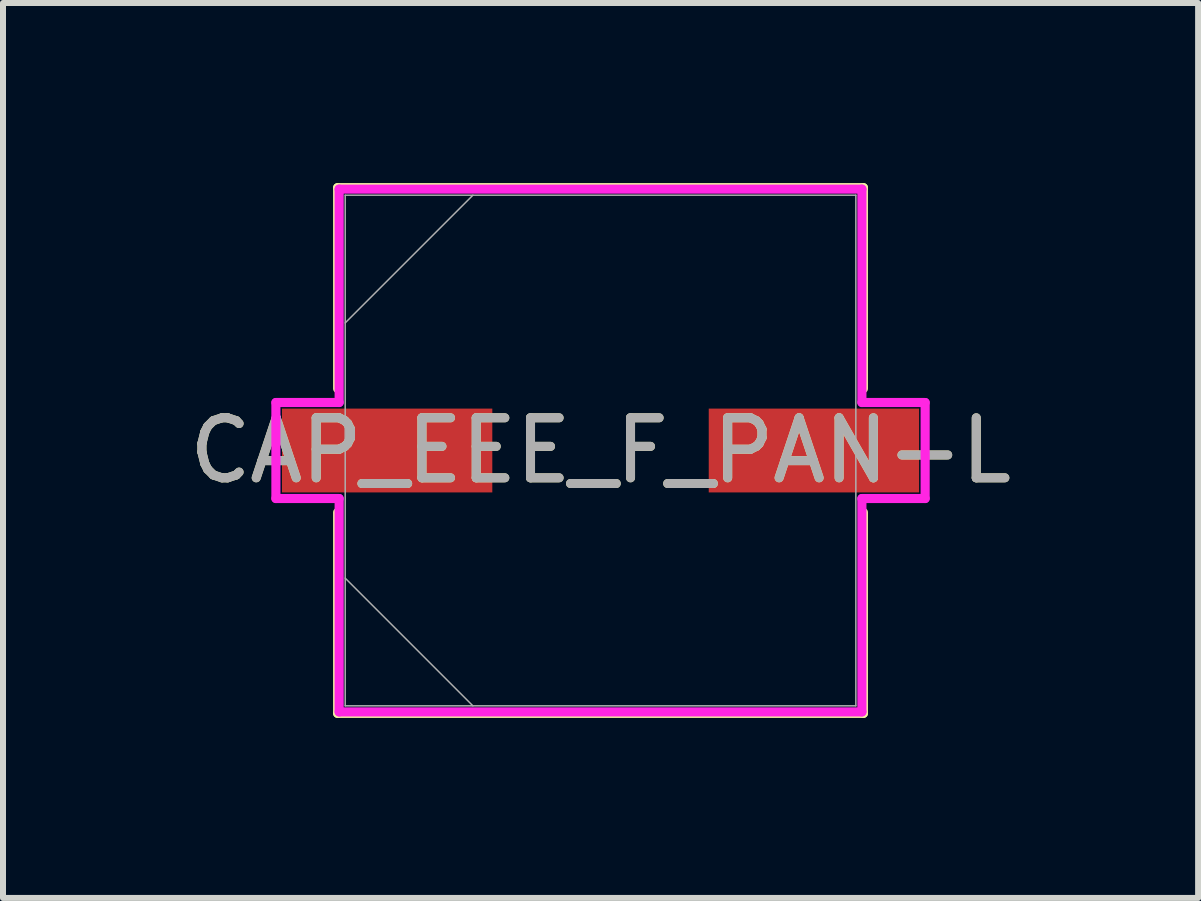
<source format=kicad_pcb>
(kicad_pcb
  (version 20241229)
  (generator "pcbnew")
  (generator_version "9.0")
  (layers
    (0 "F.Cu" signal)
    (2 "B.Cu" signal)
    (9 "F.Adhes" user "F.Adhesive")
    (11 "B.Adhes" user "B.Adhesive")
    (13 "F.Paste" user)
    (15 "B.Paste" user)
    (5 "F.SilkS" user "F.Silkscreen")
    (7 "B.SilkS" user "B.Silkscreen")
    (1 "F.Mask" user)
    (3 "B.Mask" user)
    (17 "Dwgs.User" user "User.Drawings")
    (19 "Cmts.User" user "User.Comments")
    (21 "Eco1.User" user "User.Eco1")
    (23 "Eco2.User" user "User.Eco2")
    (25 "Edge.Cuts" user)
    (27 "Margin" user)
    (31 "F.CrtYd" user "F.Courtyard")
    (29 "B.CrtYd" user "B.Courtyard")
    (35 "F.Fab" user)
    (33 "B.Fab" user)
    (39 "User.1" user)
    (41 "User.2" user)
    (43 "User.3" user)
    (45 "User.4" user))
  (footprint "CAP_EEE_F_PAN-L"
    (layer "F.Cu")
    (at 6.958 4.458)
    (property "Reference" "CAP_EEE_F_PAN-L" (at 0 0 0) (unlocked yes) (layer "F.SilkS") (effects (font (size 1 1) (thickness 0.15))))
    (attr smd)
    (fp_line (start -4.381 -4.381) (end -4.381 -1.031) (stroke (width 0.152) (type solid)) (layer "F.SilkS"))
    (fp_line (start -4.381 1.031) (end -4.381 4.381) (stroke (width 0.152) (type solid)) (layer "F.SilkS"))
    (fp_line (start -4.381 4.381) (end 4.381 4.381) (stroke (width 0.152) (type solid)) (layer "F.SilkS"))
    (fp_line (start 4.381 -4.381) (end -4.381 -4.381) (stroke (width 0.152) (type solid)) (layer "F.SilkS"))
    (fp_line (start 4.381 -1.031) (end 4.381 -4.381) (stroke (width 0.152) (type solid)) (layer "F.SilkS"))
    (fp_line (start 4.381 4.381) (end 4.381 1.031) (stroke (width 0.152) (type solid)) (layer "F.SilkS"))
    (fp_line (start -5.41 -0.8) (end -4.356 -0.8) (stroke (width 0.152) (type solid)) (layer "F.CrtYd"))
    (fp_line (start -5.41 0.8) (end -5.41 -0.8) (stroke (width 0.152) (type solid)) (layer "F.CrtYd"))
    (fp_line (start -4.356 -4.356) (end 4.356 -4.356) (stroke (width 0.152) (type solid)) (layer "F.CrtYd"))
    (fp_line (start -4.356 -0.8) (end -4.356 -4.356) (stroke (width 0.152) (type solid)) (layer "F.CrtYd"))
    (fp_line (start -4.356 0.8) (end -5.41 0.8) (stroke (width 0.152) (type solid)) (layer "F.CrtYd"))
    (fp_line (start -4.356 4.356) (end -4.356 0.8) (stroke (width 0.152) (type solid)) (layer "F.CrtYd"))
    (fp_line (start 4.356 -4.356) (end 4.356 -0.8) (stroke (width 0.152) (type solid)) (layer "F.CrtYd"))
    (fp_line (start 4.356 -0.8) (end 5.41 -0.8) (stroke (width 0.152) (type solid)) (layer "F.CrtYd"))
    (fp_line (start 4.356 0.8) (end 4.356 4.356) (stroke (width 0.152) (type solid)) (layer "F.CrtYd"))
    (fp_line (start 4.356 4.356) (end -4.356 4.356) (stroke (width 0.152) (type solid)) (layer "F.CrtYd"))
    (fp_line (start 5.41 -0.8) (end 5.41 0.8) (stroke (width 0.152) (type solid)) (layer "F.CrtYd"))
    (fp_line (start 5.41 0.8) (end 4.356 0.8) (stroke (width 0.152) (type solid)) (layer "F.CrtYd"))
    (fp_line (start -4.255 -4.255) (end -4.255 4.255) (stroke (width 0.025) (type solid)) (layer "F.Fab"))
    (fp_line (start -4.255 -2.127) (end -2.127 -4.255) (stroke (width 0.025) (type solid)) (layer "F.Fab"))
    (fp_line (start -4.255 2.127) (end -2.127 4.255) (stroke (width 0.025) (type solid)) (layer "F.Fab"))
    (fp_line (start -4.255 4.255) (end 4.255 4.255) (stroke (width 0.025) (type solid)) (layer "F.Fab"))
    (fp_line (start 4.255 -4.255) (end -4.255 -4.255) (stroke (width 0.025) (type solid)) (layer "F.Fab"))
    (fp_line (start 4.255 4.255) (end 4.255 -4.255) (stroke (width 0.025) (type solid)) (layer "F.Fab"))
    (fp_text user "${REFERENCE}" (at 0 0 0) (unlocked yes) (layer "F.Fab") (effects (font (size 1 1) (thickness 0.15))))
    (pad "1" smd rect (at -3.556 0) (size 3.505 1.397) (layers "F.Cu" "F.Mask" "F.Paste"))
    (pad "2" smd rect (at 3.556 0) (size 3.505 1.397) (layers "F.Cu" "F.Mask" "F.Paste"))
    (zone (net_name "") (layer "F.Cu") (hatch full 0.508) (connect_pads) (min_thickness 0.254) (filled_areas_thickness no) (keepout (tracks not_allowed) (vias not_allowed) (pads allowed) (copperpour not_allowed) (footprints allowed)) (placement (enabled no)) (fill) (polygon (pts (xy 2.755 0.254) (xy 11.162 0.254) (xy 11.162 3.708) (xy 2.755 3.708))))
    (zone (net_name "") (layer "F.Cu") (hatch full 0.508) (connect_pads) (min_thickness 0.254) (filled_areas_thickness no) (keepout (tracks not_allowed) (vias not_allowed) (pads allowed) (copperpour not_allowed) (footprints allowed)) (placement (enabled no)) (fill) (polygon (pts (xy 2.755 5.207) (xy 11.162 5.207) (xy 11.162 8.661) (xy 2.755 8.661))))
    (zone (net_name "") (layer "F.Cu") (hatch full 0.508) (connect_pads) (min_thickness 0.254) (filled_areas_thickness no) (keepout (tracks not_allowed) (vias not_allowed) (pads allowed) (copperpour not_allowed) (footprints allowed)) (placement (enabled no)) (fill) (polygon (pts (xy 5.206 3.708) (xy 8.711 3.708) (xy 8.711 5.207) (xy 5.206 5.207)))))
  (gr_rect
    (start -3 -3)
    (end 16.917 11.915)
    (stroke (width 0.1) (type default))
    (fill no)
    (layer "Edge.Cuts")))
</source>
